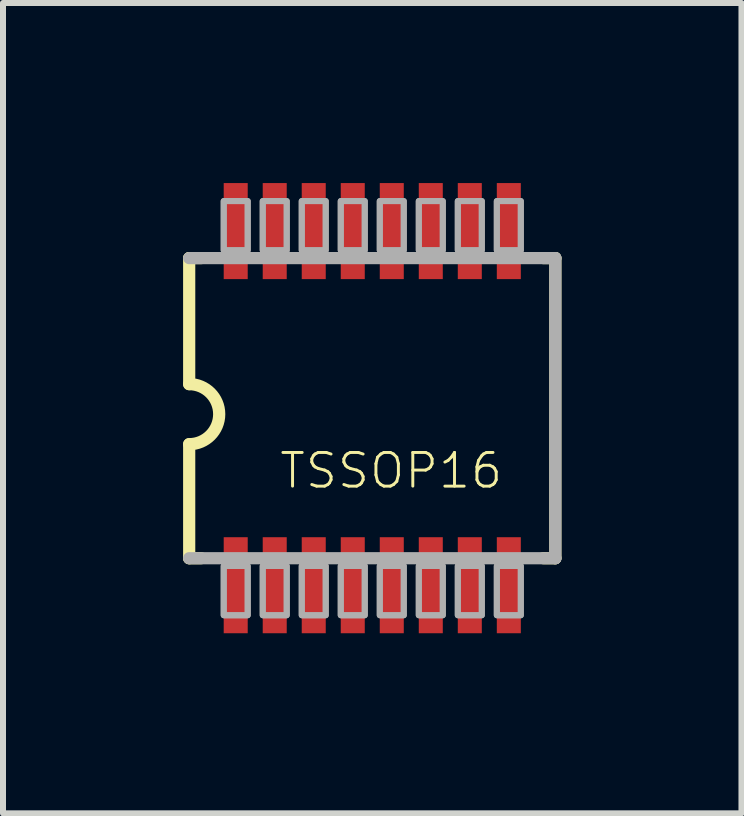
<source format=kicad_pcb>
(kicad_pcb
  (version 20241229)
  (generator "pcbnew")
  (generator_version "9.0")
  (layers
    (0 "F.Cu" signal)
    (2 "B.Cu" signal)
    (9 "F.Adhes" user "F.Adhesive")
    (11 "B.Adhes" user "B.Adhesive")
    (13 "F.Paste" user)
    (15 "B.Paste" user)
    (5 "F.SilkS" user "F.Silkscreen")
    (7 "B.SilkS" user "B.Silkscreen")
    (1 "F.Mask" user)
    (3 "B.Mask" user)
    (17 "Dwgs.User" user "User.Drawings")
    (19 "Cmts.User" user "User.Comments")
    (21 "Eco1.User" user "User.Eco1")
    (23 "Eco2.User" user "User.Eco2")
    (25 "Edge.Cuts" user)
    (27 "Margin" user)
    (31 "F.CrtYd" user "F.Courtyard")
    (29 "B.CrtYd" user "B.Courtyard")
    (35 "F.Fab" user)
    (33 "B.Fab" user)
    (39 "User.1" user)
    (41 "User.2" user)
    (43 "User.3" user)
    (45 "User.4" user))
  (footprint "TSSOP16"
    (layer "F.Cu")
    (at 3.102 3.85)
    (property "Reference" "TSSOP16" (at -1.524 1.27 0) (unlocked yes) (layer "F.SilkS") (effects (font (size 0.561 0.561) (thickness 0.049)) (justify left bottom)))
    (fp_line (start -3 -2.6) (end -3 -0.5) (stroke (width 0.203) (type solid)) (layer "F.SilkS"))
    (fp_line (start -3 -2.6) (end -2.8 -2.6) (stroke (width 0.203) (type solid)) (layer "F.SilkS"))
    (fp_line (start -3 0.5) (end -3 2.4) (stroke (width 0.203) (type solid)) (layer "F.SilkS"))
    (fp_line (start -3 2.4) (end -2.8 2.4) (stroke (width 0.203) (type solid)) (layer "F.SilkS"))
    (fp_line (start 2.9 2.4) (end 3.1 2.4) (stroke (width 0.203) (type solid)) (layer "F.SilkS"))
    (fp_line (start 3.1 -2.6) (end 2.9 -2.6) (stroke (width 0.203) (type solid)) (layer "F.SilkS"))
    (fp_line (start 3.1 2.4) (end 3.1 -2.6) (stroke (width 0.203) (type solid)) (layer "F.SilkS"))
    (fp_arc (start -3 -0.5) (mid -2.5 0) (end -3 0.5) (stroke (width 0.2032) (type solid)) (layer "F.SilkS"))
    (fp_line (start -3 -2.6) (end 3.1 -2.6) (stroke (width 0.203) (type solid)) (layer "F.Fab"))
    (fp_line (start 3.1 2.4) (end -3 2.4) (stroke (width 0.203) (type solid)) (layer "F.Fab"))
    (fp_line (start 3.1 2.4) (end 3.1 -2.6) (stroke (width 0.203) (type solid)) (layer "F.Fab"))
    (fp_poly (pts (xy -2.425 -2.73) (xy -2.025 -2.73) (xy -2.025 -3.55) (xy -2.425 -3.55)) (stroke (width 0.1) (type default)) (fill no) (layer "F.Fab"))
    (fp_poly (pts (xy -2.425 -2.73) (xy -2.025 -2.73) (xy -2.025 -3.55) (xy -2.425 -3.55)) (stroke (width 0.1) (type default)) (fill no) (layer "F.Fab"))
    (fp_poly (pts (xy -2.425 3.35) (xy -2.025 3.35) (xy -2.025 2.53) (xy -2.425 2.53)) (stroke (width 0.1) (type default)) (fill no) (layer "F.Fab"))
    (fp_poly (pts (xy -2.425 3.35) (xy -2.025 3.35) (xy -2.025 2.53) (xy -2.425 2.53)) (stroke (width 0.1) (type default)) (fill no) (layer "F.Fab"))
    (fp_poly (pts (xy -1.775 -2.73) (xy -1.375 -2.73) (xy -1.375 -3.55) (xy -1.775 -3.55)) (stroke (width 0.1) (type default)) (fill no) (layer "F.Fab"))
    (fp_poly (pts (xy -1.775 -2.73) (xy -1.375 -2.73) (xy -1.375 -3.55) (xy -1.775 -3.55)) (stroke (width 0.1) (type default)) (fill no) (layer "F.Fab"))
    (fp_poly (pts (xy -1.775 3.35) (xy -1.375 3.35) (xy -1.375 2.53) (xy -1.775 2.53)) (stroke (width 0.1) (type default)) (fill no) (layer "F.Fab"))
    (fp_poly (pts (xy -1.775 3.35) (xy -1.375 3.35) (xy -1.375 2.53) (xy -1.775 2.53)) (stroke (width 0.1) (type default)) (fill no) (layer "F.Fab"))
    (fp_poly (pts (xy -1.125 -2.73) (xy -0.725 -2.73) (xy -0.725 -3.55) (xy -1.125 -3.55)) (stroke (width 0.1) (type default)) (fill no) (layer "F.Fab"))
    (fp_poly (pts (xy -1.125 -2.73) (xy -0.725 -2.73) (xy -0.725 -3.55) (xy -1.125 -3.55)) (stroke (width 0.1) (type default)) (fill no) (layer "F.Fab"))
    (fp_poly (pts (xy -1.125 3.35) (xy -0.725 3.35) (xy -0.725 2.53) (xy -1.125 2.53)) (stroke (width 0.1) (type default)) (fill no) (layer "F.Fab"))
    (fp_poly (pts (xy -1.125 3.35) (xy -0.725 3.35) (xy -0.725 2.53) (xy -1.125 2.53)) (stroke (width 0.1) (type default)) (fill no) (layer "F.Fab"))
    (fp_poly (pts (xy -0.475 -2.73) (xy -0.075 -2.73) (xy -0.075 -3.55) (xy -0.475 -3.55)) (stroke (width 0.1) (type default)) (fill no) (layer "F.Fab"))
    (fp_poly (pts (xy -0.475 -2.73) (xy -0.075 -2.73) (xy -0.075 -3.55) (xy -0.475 -3.55)) (stroke (width 0.1) (type default)) (fill no) (layer "F.Fab"))
    (fp_poly (pts (xy -0.475 3.35) (xy -0.075 3.35) (xy -0.075 2.53) (xy -0.475 2.53)) (stroke (width 0.1) (type default)) (fill no) (layer "F.Fab"))
    (fp_poly (pts (xy -0.475 3.35) (xy -0.075 3.35) (xy -0.075 2.53) (xy -0.475 2.53)) (stroke (width 0.1) (type default)) (fill no) (layer "F.Fab"))
    (fp_poly (pts (xy 0.175 -2.73) (xy 0.575 -2.73) (xy 0.575 -3.55) (xy 0.175 -3.55)) (stroke (width 0.1) (type default)) (fill no) (layer "F.Fab"))
    (fp_poly (pts (xy 0.175 -2.73) (xy 0.575 -2.73) (xy 0.575 -3.55) (xy 0.175 -3.55)) (stroke (width 0.1) (type default)) (fill no) (layer "F.Fab"))
    (fp_poly (pts (xy 0.175 3.35) (xy 0.575 3.35) (xy 0.575 2.53) (xy 0.175 2.53)) (stroke (width 0.1) (type default)) (fill no) (layer "F.Fab"))
    (fp_poly (pts (xy 0.175 3.35) (xy 0.575 3.35) (xy 0.575 2.53) (xy 0.175 2.53)) (stroke (width 0.1) (type default)) (fill no) (layer "F.Fab"))
    (fp_poly (pts (xy 0.825 -2.73) (xy 1.225 -2.73) (xy 1.225 -3.55) (xy 0.825 -3.55)) (stroke (width 0.1) (type default)) (fill no) (layer "F.Fab"))
    (fp_poly (pts (xy 0.825 -2.73) (xy 1.225 -2.73) (xy 1.225 -3.55) (xy 0.825 -3.55)) (stroke (width 0.1) (type default)) (fill no) (layer "F.Fab"))
    (fp_poly (pts (xy 0.825 3.35) (xy 1.225 3.35) (xy 1.225 2.53) (xy 0.825 2.53)) (stroke (width 0.1) (type default)) (fill no) (layer "F.Fab"))
    (fp_poly (pts (xy 0.825 3.35) (xy 1.225 3.35) (xy 1.225 2.53) (xy 0.825 2.53)) (stroke (width 0.1) (type default)) (fill no) (layer "F.Fab"))
    (fp_poly (pts (xy 1.475 -2.73) (xy 1.875 -2.73) (xy 1.875 -3.55) (xy 1.475 -3.55)) (stroke (width 0.1) (type default)) (fill no) (layer "F.Fab"))
    (fp_poly (pts (xy 1.475 -2.73) (xy 1.875 -2.73) (xy 1.875 -3.55) (xy 1.475 -3.55)) (stroke (width 0.1) (type default)) (fill no) (layer "F.Fab"))
    (fp_poly (pts (xy 1.475 3.35) (xy 1.875 3.35) (xy 1.875 2.53) (xy 1.475 2.53)) (stroke (width 0.1) (type default)) (fill no) (layer "F.Fab"))
    (fp_poly (pts (xy 1.475 3.35) (xy 1.875 3.35) (xy 1.875 2.53) (xy 1.475 2.53)) (stroke (width 0.1) (type default)) (fill no) (layer "F.Fab"))
    (fp_poly (pts (xy 2.125 -2.73) (xy 2.525 -2.73) (xy 2.525 -3.55) (xy 2.125 -3.55)) (stroke (width 0.1) (type default)) (fill no) (layer "F.Fab"))
    (fp_poly (pts (xy 2.125 -2.73) (xy 2.525 -2.73) (xy 2.525 -3.55) (xy 2.125 -3.55)) (stroke (width 0.1) (type default)) (fill no) (layer "F.Fab"))
    (fp_poly (pts (xy 2.125 3.35) (xy 2.525 3.35) (xy 2.525 2.53) (xy 2.125 2.53)) (stroke (width 0.1) (type default)) (fill no) (layer "F.Fab"))
    (fp_poly (pts (xy 2.125 3.35) (xy 2.525 3.35) (xy 2.525 2.53) (xy 2.125 2.53)) (stroke (width 0.1) (type default)) (fill no) (layer "F.Fab"))
    (pad "1" smd rect (at -2.225 2.85) (size 0.4 1.6) (layers "F.Cu" "F.Mask" "F.Paste"))
    (pad "2" smd rect (at -1.575 2.85) (size 0.4 1.6) (layers "F.Cu" "F.Mask" "F.Paste"))
    (pad "3" smd rect (at -0.925 2.85) (size 0.4 1.6) (layers "F.Cu" "F.Mask" "F.Paste"))
    (pad "4" smd rect (at -0.275 2.85) (size 0.4 1.6) (layers "F.Cu" "F.Mask" "F.Paste"))
    (pad "5" smd rect (at 0.375 2.85) (size 0.4 1.6) (layers "F.Cu" "F.Mask" "F.Paste"))
    (pad "6" smd rect (at 1.025 2.85) (size 0.4 1.6) (layers "F.Cu" "F.Mask" "F.Paste"))
    (pad "7" smd rect (at 1.675 2.85) (size 0.4 1.6) (layers "F.Cu" "F.Mask" "F.Paste"))
    (pad "8" smd rect (at 2.325 2.85) (size 0.4 1.6) (layers "F.Cu" "F.Mask" "F.Paste"))
    (pad "9" smd rect (at 2.325 -3.05) (size 0.4 1.6) (layers "F.Cu" "F.Mask" "F.Paste"))
    (pad "10" smd rect (at 1.675 -3.05) (size 0.4 1.6) (layers "F.Cu" "F.Mask" "F.Paste"))
    (pad "11" smd rect (at 1.025 -3.05) (size 0.4 1.6) (layers "F.Cu" "F.Mask" "F.Paste"))
    (pad "12" smd rect (at 0.375 -3.05) (size 0.4 1.6) (layers "F.Cu" "F.Mask" "F.Paste"))
    (pad "13" smd rect (at -0.275 -3.05) (size 0.4 1.6) (layers "F.Cu" "F.Mask" "F.Paste"))
    (pad "14" smd rect (at -0.925 -3.05) (size 0.4 1.6) (layers "F.Cu" "F.Mask" "F.Paste"))
    (pad "15" smd rect (at -1.575 -3.05) (size 0.4 1.6) (layers "F.Cu" "F.Mask" "F.Paste"))
    (pad "16" smd rect (at -2.225 -3.05) (size 0.4 1.6) (layers "F.Cu" "F.Mask" "F.Paste")))
  (gr_rect
    (start -3 -3)
    (end 9.303 10.5)
    (stroke (width 0.1) (type default))
    (fill no)
    (layer "Edge.Cuts")))
</source>
